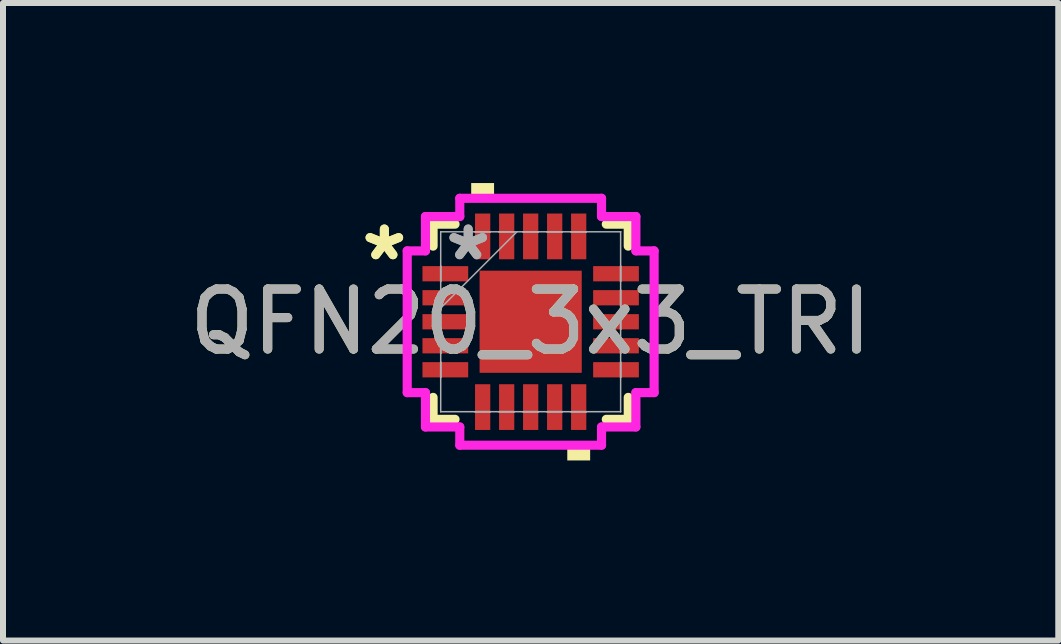
<source format=kicad_pcb>
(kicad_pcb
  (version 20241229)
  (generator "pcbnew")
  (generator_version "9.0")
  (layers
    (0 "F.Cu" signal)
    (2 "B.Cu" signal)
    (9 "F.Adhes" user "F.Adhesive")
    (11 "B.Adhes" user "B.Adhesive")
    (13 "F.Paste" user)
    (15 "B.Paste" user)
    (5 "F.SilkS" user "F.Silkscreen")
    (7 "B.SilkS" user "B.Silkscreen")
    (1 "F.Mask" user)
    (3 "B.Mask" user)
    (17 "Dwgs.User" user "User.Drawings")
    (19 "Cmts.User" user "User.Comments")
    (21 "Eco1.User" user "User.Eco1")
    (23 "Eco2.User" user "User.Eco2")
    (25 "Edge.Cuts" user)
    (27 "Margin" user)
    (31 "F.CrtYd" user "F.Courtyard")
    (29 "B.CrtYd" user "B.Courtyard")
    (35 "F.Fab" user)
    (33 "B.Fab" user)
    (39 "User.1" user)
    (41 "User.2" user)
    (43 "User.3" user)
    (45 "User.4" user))
  (footprint "QFN20_3x3_TRI"
    (layer "F.Cu")
    (at 5.792 2.311)
    (property "Reference" "QFN20_3x3_TRI" (at 0 0 0) (unlocked yes) (layer "F.SilkS") (effects (font (size 1 1) (thickness 0.15))))
    (attr smd)
    (fp_line (start -1.626 -1.626) (end -1.626 -1.26) (stroke (width 0.152) (type solid)) (layer "F.SilkS"))
    (fp_line (start -1.626 1.26) (end -1.626 1.626) (stroke (width 0.152) (type solid)) (layer "F.SilkS"))
    (fp_line (start -1.626 1.626) (end -1.26 1.626) (stroke (width 0.152) (type solid)) (layer "F.SilkS"))
    (fp_line (start -1.26 -1.626) (end -1.626 -1.626) (stroke (width 0.152) (type solid)) (layer "F.SilkS"))
    (fp_line (start 1.26 1.626) (end 1.626 1.626) (stroke (width 0.152) (type solid)) (layer "F.SilkS"))
    (fp_line (start 1.626 -1.626) (end 1.26 -1.626) (stroke (width 0.152) (type solid)) (layer "F.SilkS"))
    (fp_line (start 1.626 -1.26) (end 1.626 -1.626) (stroke (width 0.152) (type solid)) (layer "F.SilkS"))
    (fp_line (start 1.626 1.626) (end 1.626 1.26) (stroke (width 0.152) (type solid)) (layer "F.SilkS"))
    (fp_poly (pts (xy -0.991 -2.057) (xy -0.991 -2.311) (xy -0.61 -2.311) (xy -0.61 -2.057)) (stroke (width 0) (type solid)) (fill yes) (layer "F.SilkS"))
    (fp_poly (pts (xy 0.61 2.057) (xy 0.61 2.311) (xy 0.991 2.311) (xy 0.991 2.057)) (stroke (width 0) (type solid)) (fill yes) (layer "F.SilkS"))
    (fp_line (start -2.057 -1.181) (end -1.753 -1.181) (stroke (width 0.152) (type solid)) (layer "F.CrtYd"))
    (fp_line (start -2.057 1.181) (end -2.057 -1.181) (stroke (width 0.152) (type solid)) (layer "F.CrtYd"))
    (fp_line (start -1.753 -1.753) (end -1.181 -1.753) (stroke (width 0.152) (type solid)) (layer "F.CrtYd"))
    (fp_line (start -1.753 -1.181) (end -1.753 -1.753) (stroke (width 0.152) (type solid)) (layer "F.CrtYd"))
    (fp_line (start -1.753 1.181) (end -2.057 1.181) (stroke (width 0.152) (type solid)) (layer "F.CrtYd"))
    (fp_line (start -1.753 1.753) (end -1.753 1.181) (stroke (width 0.152) (type solid)) (layer "F.CrtYd"))
    (fp_line (start -1.181 -2.057) (end 1.181 -2.057) (stroke (width 0.152) (type solid)) (layer "F.CrtYd"))
    (fp_line (start -1.181 -1.753) (end -1.181 -2.057) (stroke (width 0.152) (type solid)) (layer "F.CrtYd"))
    (fp_line (start -1.181 1.753) (end -1.753 1.753) (stroke (width 0.152) (type solid)) (layer "F.CrtYd"))
    (fp_line (start -1.181 2.057) (end -1.181 1.753) (stroke (width 0.152) (type solid)) (layer "F.CrtYd"))
    (fp_line (start 1.181 -2.057) (end 1.181 -1.753) (stroke (width 0.152) (type solid)) (layer "F.CrtYd"))
    (fp_line (start 1.181 -1.753) (end 1.753 -1.753) (stroke (width 0.152) (type solid)) (layer "F.CrtYd"))
    (fp_line (start 1.181 1.753) (end 1.181 2.057) (stroke (width 0.152) (type solid)) (layer "F.CrtYd"))
    (fp_line (start 1.181 2.057) (end -1.181 2.057) (stroke (width 0.152) (type solid)) (layer "F.CrtYd"))
    (fp_line (start 1.753 -1.753) (end 1.753 -1.181) (stroke (width 0.152) (type solid)) (layer "F.CrtYd"))
    (fp_line (start 1.753 -1.181) (end 2.057 -1.181) (stroke (width 0.152) (type solid)) (layer "F.CrtYd"))
    (fp_line (start 1.753 1.181) (end 1.753 1.753) (stroke (width 0.152) (type solid)) (layer "F.CrtYd"))
    (fp_line (start 1.753 1.753) (end 1.181 1.753) (stroke (width 0.152) (type solid)) (layer "F.CrtYd"))
    (fp_line (start 2.057 -1.181) (end 2.057 1.181) (stroke (width 0.152) (type solid)) (layer "F.CrtYd"))
    (fp_line (start 2.057 1.181) (end 1.753 1.181) (stroke (width 0.152) (type solid)) (layer "F.CrtYd"))
    (fp_line (start -1.499 -1.499) (end -1.499 -1.499) (stroke (width 0.025) (type solid)) (layer "F.Fab"))
    (fp_line (start -1.499 -1.499) (end -1.499 1.499) (stroke (width 0.025) (type solid)) (layer "F.Fab"))
    (fp_line (start -1.499 -0.927) (end -1.499 -0.927) (stroke (width 0.025) (type solid)) (layer "F.Fab"))
    (fp_line (start -1.499 -0.927) (end -1.499 -0.673) (stroke (width 0.025) (type solid)) (layer "F.Fab"))
    (fp_line (start -1.499 -0.673) (end -1.499 -0.927) (stroke (width 0.025) (type solid)) (layer "F.Fab"))
    (fp_line (start -1.499 -0.673) (end -1.499 -0.673) (stroke (width 0.025) (type solid)) (layer "F.Fab"))
    (fp_line (start -1.499 -0.527) (end -1.499 -0.527) (stroke (width 0.025) (type solid)) (layer "F.Fab"))
    (fp_line (start -1.499 -0.527) (end -1.499 -0.273) (stroke (width 0.025) (type solid)) (layer "F.Fab"))
    (fp_line (start -1.499 -0.273) (end -1.499 -0.527) (stroke (width 0.025) (type solid)) (layer "F.Fab"))
    (fp_line (start -1.499 -0.273) (end -1.499 -0.273) (stroke (width 0.025) (type solid)) (layer "F.Fab"))
    (fp_line (start -1.499 -0.229) (end -0.229 -1.499) (stroke (width 0.025) (type solid)) (layer "F.Fab"))
    (fp_line (start -1.499 -0.127) (end -1.499 -0.127) (stroke (width 0.025) (type solid)) (layer "F.Fab"))
    (fp_line (start -1.499 -0.127) (end -1.499 0.127) (stroke (width 0.025) (type solid)) (layer "F.Fab"))
    (fp_line (start -1.499 0.127) (end -1.499 -0.127) (stroke (width 0.025) (type solid)) (layer "F.Fab"))
    (fp_line (start -1.499 0.127) (end -1.499 0.127) (stroke (width 0.025) (type solid)) (layer "F.Fab"))
    (fp_line (start -1.499 0.273) (end -1.499 0.273) (stroke (width 0.025) (type solid)) (layer "F.Fab"))
    (fp_line (start -1.499 0.273) (end -1.499 0.527) (stroke (width 0.025) (type solid)) (layer "F.Fab"))
    (fp_line (start -1.499 0.527) (end -1.499 0.273) (stroke (width 0.025) (type solid)) (layer "F.Fab"))
    (fp_line (start -1.499 0.527) (end -1.499 0.527) (stroke (width 0.025) (type solid)) (layer "F.Fab"))
    (fp_line (start -1.499 0.673) (end -1.499 0.673) (stroke (width 0.025) (type solid)) (layer "F.Fab"))
    (fp_line (start -1.499 0.673) (end -1.499 0.927) (stroke (width 0.025) (type solid)) (layer "F.Fab"))
    (fp_line (start -1.499 0.927) (end -1.499 0.673) (stroke (width 0.025) (type solid)) (layer "F.Fab"))
    (fp_line (start -1.499 0.927) (end -1.499 0.927) (stroke (width 0.025) (type solid)) (layer "F.Fab"))
    (fp_line (start -1.499 1.499) (end -1.499 1.499) (stroke (width 0.025) (type solid)) (layer "F.Fab"))
    (fp_line (start -1.499 1.499) (end 1.499 1.499) (stroke (width 0.025) (type solid)) (layer "F.Fab"))
    (fp_line (start -0.927 -1.499) (end -0.927 -1.499) (stroke (width 0.025) (type solid)) (layer "F.Fab"))
    (fp_line (start -0.927 -1.499) (end -0.673 -1.499) (stroke (width 0.025) (type solid)) (layer "F.Fab"))
    (fp_line (start -0.927 1.499) (end -0.927 1.499) (stroke (width 0.025) (type solid)) (layer "F.Fab"))
    (fp_line (start -0.927 1.499) (end -0.673 1.499) (stroke (width 0.025) (type solid)) (layer "F.Fab"))
    (fp_line (start -0.673 -1.499) (end -0.927 -1.499) (stroke (width 0.025) (type solid)) (layer "F.Fab"))
    (fp_line (start -0.673 -1.499) (end -0.673 -1.499) (stroke (width 0.025) (type solid)) (layer "F.Fab"))
    (fp_line (start -0.673 1.499) (end -0.927 1.499) (stroke (width 0.025) (type solid)) (layer "F.Fab"))
    (fp_line (start -0.673 1.499) (end -0.673 1.499) (stroke (width 0.025) (type solid)) (layer "F.Fab"))
    (fp_line (start -0.527 -1.499) (end -0.527 -1.499) (stroke (width 0.025) (type solid)) (layer "F.Fab"))
    (fp_line (start -0.527 -1.499) (end -0.273 -1.499) (stroke (width 0.025) (type solid)) (layer "F.Fab"))
    (fp_line (start -0.527 1.499) (end -0.527 1.499) (stroke (width 0.025) (type solid)) (layer "F.Fab"))
    (fp_line (start -0.527 1.499) (end -0.273 1.499) (stroke (width 0.025) (type solid)) (layer "F.Fab"))
    (fp_line (start -0.273 -1.499) (end -0.527 -1.499) (stroke (width 0.025) (type solid)) (layer "F.Fab"))
    (fp_line (start -0.273 -1.499) (end -0.273 -1.499) (stroke (width 0.025) (type solid)) (layer "F.Fab"))
    (fp_line (start -0.273 1.499) (end -0.527 1.499) (stroke (width 0.025) (type solid)) (layer "F.Fab"))
    (fp_line (start -0.273 1.499) (end -0.273 1.499) (stroke (width 0.025) (type solid)) (layer "F.Fab"))
    (fp_line (start -0.127 -1.499) (end -0.127 -1.499) (stroke (width 0.025) (type solid)) (layer "F.Fab"))
    (fp_line (start -0.127 -1.499) (end 0.127 -1.499) (stroke (width 0.025) (type solid)) (layer "F.Fab"))
    (fp_line (start -0.127 1.499) (end -0.127 1.499) (stroke (width 0.025) (type solid)) (layer "F.Fab"))
    (fp_line (start -0.127 1.499) (end 0.127 1.499) (stroke (width 0.025) (type solid)) (layer "F.Fab"))
    (fp_line (start 0.127 -1.499) (end -0.127 -1.499) (stroke (width 0.025) (type solid)) (layer "F.Fab"))
    (fp_line (start 0.127 -1.499) (end 0.127 -1.499) (stroke (width 0.025) (type solid)) (layer "F.Fab"))
    (fp_line (start 0.127 1.499) (end -0.127 1.499) (stroke (width 0.025) (type solid)) (layer "F.Fab"))
    (fp_line (start 0.127 1.499) (end 0.127 1.499) (stroke (width 0.025) (type solid)) (layer "F.Fab"))
    (fp_line (start 0.273 -1.499) (end 0.273 -1.499) (stroke (width 0.025) (type solid)) (layer "F.Fab"))
    (fp_line (start 0.273 -1.499) (end 0.527 -1.499) (stroke (width 0.025) (type solid)) (layer "F.Fab"))
    (fp_line (start 0.273 1.499) (end 0.273 1.499) (stroke (width 0.025) (type solid)) (layer "F.Fab"))
    (fp_line (start 0.273 1.499) (end 0.527 1.499) (stroke (width 0.025) (type solid)) (layer "F.Fab"))
    (fp_line (start 0.527 -1.499) (end 0.273 -1.499) (stroke (width 0.025) (type solid)) (layer "F.Fab"))
    (fp_line (start 0.527 -1.499) (end 0.527 -1.499) (stroke (width 0.025) (type solid)) (layer "F.Fab"))
    (fp_line (start 0.527 1.499) (end 0.273 1.499) (stroke (width 0.025) (type solid)) (layer "F.Fab"))
    (fp_line (start 0.527 1.499) (end 0.527 1.499) (stroke (width 0.025) (type solid)) (layer "F.Fab"))
    (fp_line (start 0.673 -1.499) (end 0.673 -1.499) (stroke (width 0.025) (type solid)) (layer "F.Fab"))
    (fp_line (start 0.673 -1.499) (end 0.927 -1.499) (stroke (width 0.025) (type solid)) (layer "F.Fab"))
    (fp_line (start 0.673 1.499) (end 0.673 1.499) (stroke (width 0.025) (type solid)) (layer "F.Fab"))
    (fp_line (start 0.673 1.499) (end 0.927 1.499) (stroke (width 0.025) (type solid)) (layer "F.Fab"))
    (fp_line (start 0.927 -1.499) (end 0.673 -1.499) (stroke (width 0.025) (type solid)) (layer "F.Fab"))
    (fp_line (start 0.927 -1.499) (end 0.927 -1.499) (stroke (width 0.025) (type solid)) (layer "F.Fab"))
    (fp_line (start 0.927 1.499) (end 0.673 1.499) (stroke (width 0.025) (type solid)) (layer "F.Fab"))
    (fp_line (start 0.927 1.499) (end 0.927 1.499) (stroke (width 0.025) (type solid)) (layer "F.Fab"))
    (fp_line (start 1.499 -1.499) (end -1.499 -1.499) (stroke (width 0.025) (type solid)) (layer "F.Fab"))
    (fp_line (start 1.499 -1.499) (end 1.499 -1.499) (stroke (width 0.025) (type solid)) (layer "F.Fab"))
    (fp_line (start 1.499 -0.927) (end 1.499 -0.927) (stroke (width 0.025) (type solid)) (layer "F.Fab"))
    (fp_line (start 1.499 -0.927) (end 1.499 -0.673) (stroke (width 0.025) (type solid)) (layer "F.Fab"))
    (fp_line (start 1.499 -0.673) (end 1.499 -0.927) (stroke (width 0.025) (type solid)) (layer "F.Fab"))
    (fp_line (start 1.499 -0.673) (end 1.499 -0.673) (stroke (width 0.025) (type solid)) (layer "F.Fab"))
    (fp_line (start 1.499 -0.527) (end 1.499 -0.527) (stroke (width 0.025) (type solid)) (layer "F.Fab"))
    (fp_line (start 1.499 -0.527) (end 1.499 -0.273) (stroke (width 0.025) (type solid)) (layer "F.Fab"))
    (fp_line (start 1.499 -0.273) (end 1.499 -0.527) (stroke (width 0.025) (type solid)) (layer "F.Fab"))
    (fp_line (start 1.499 -0.273) (end 1.499 -0.273) (stroke (width 0.025) (type solid)) (layer "F.Fab"))
    (fp_line (start 1.499 -0.127) (end 1.499 -0.127) (stroke (width 0.025) (type solid)) (layer "F.Fab"))
    (fp_line (start 1.499 -0.127) (end 1.499 0.127) (stroke (width 0.025) (type solid)) (layer "F.Fab"))
    (fp_line (start 1.499 0.127) (end 1.499 -0.127) (stroke (width 0.025) (type solid)) (layer "F.Fab"))
    (fp_line (start 1.499 0.127) (end 1.499 0.127) (stroke (width 0.025) (type solid)) (layer "F.Fab"))
    (fp_line (start 1.499 0.273) (end 1.499 0.273) (stroke (width 0.025) (type solid)) (layer "F.Fab"))
    (fp_line (start 1.499 0.273) (end 1.499 0.527) (stroke (width 0.025) (type solid)) (layer "F.Fab"))
    (fp_line (start 1.499 0.527) (end 1.499 0.273) (stroke (width 0.025) (type solid)) (layer "F.Fab"))
    (fp_line (start 1.499 0.527) (end 1.499 0.527) (stroke (width 0.025) (type solid)) (layer "F.Fab"))
    (fp_line (start 1.499 0.673) (end 1.499 0.673) (stroke (width 0.025) (type solid)) (layer "F.Fab"))
    (fp_line (start 1.499 0.673) (end 1.499 0.927) (stroke (width 0.025) (type solid)) (layer "F.Fab"))
    (fp_line (start 1.499 0.927) (end 1.499 0.673) (stroke (width 0.025) (type solid)) (layer "F.Fab"))
    (fp_line (start 1.499 0.927) (end 1.499 0.927) (stroke (width 0.025) (type solid)) (layer "F.Fab"))
    (fp_line (start 1.499 1.499) (end 1.499 -1.499) (stroke (width 0.025) (type solid)) (layer "F.Fab"))
    (fp_line (start 1.499 1.499) (end 1.499 1.499) (stroke (width 0.025) (type solid)) (layer "F.Fab"))
    (fp_text user "*" (at -2.438 -1 0) (layer "F.SilkS") (effects (font (size 1 1) (thickness 0.15))))
    (fp_text user "*" (at -2.438 -1 0) (unlocked yes) (layer "F.SilkS") (effects (font (size 1 1) (thickness 0.15))))
    (fp_text user "${REFERENCE}" (at 0 0 0) (unlocked yes) (layer "F.Fab") (effects (font (size 1 1) (thickness 0.15))))
    (fp_text user "*" (at -1.041 -1 0) (unlocked yes) (layer "F.Fab") (effects (font (size 1 1) (thickness 0.15))))
    (fp_text user "*" (at -1.041 -1 0) (layer "F.Fab") (effects (font (size 1 1) (thickness 0.15))))
    (pad "1" smd rect (at -1.422 -0.8 90) (size 0.254 0.762) (layers "F.Cu" "F.Mask" "F.Paste"))
    (pad "2" smd rect (at -1.422 -0.4 90) (size 0.254 0.762) (layers "F.Cu" "F.Mask" "F.Paste"))
    (pad "3" smd rect (at -1.422 0 90) (size 0.254 0.762) (layers "F.Cu" "F.Mask" "F.Paste"))
    (pad "4" smd rect (at -1.422 0.4 90) (size 0.254 0.762) (layers "F.Cu" "F.Mask" "F.Paste"))
    (pad "5" smd rect (at -1.422 0.8 90) (size 0.254 0.762) (layers "F.Cu" "F.Mask" "F.Paste"))
    (pad "6" smd rect (at -0.8 1.422) (size 0.254 0.762) (layers "F.Cu" "F.Mask" "F.Paste"))
    (pad "7" smd rect (at -0.4 1.422) (size 0.254 0.762) (layers "F.Cu" "F.Mask" "F.Paste"))
    (pad "8" smd rect (at 0 1.422) (size 0.254 0.762) (layers "F.Cu" "F.Mask" "F.Paste"))
    (pad "9" smd rect (at 0.4 1.422) (size 0.254 0.762) (layers "F.Cu" "F.Mask" "F.Paste"))
    (pad "10" smd rect (at 0.8 1.422) (size 0.254 0.762) (layers "F.Cu" "F.Mask" "F.Paste"))
    (pad "11" smd rect (at 1.422 0.8 90) (size 0.254 0.762) (layers "F.Cu" "F.Mask" "F.Paste"))
    (pad "12" smd rect (at 1.422 0.4 90) (size 0.254 0.762) (layers "F.Cu" "F.Mask" "F.Paste"))
    (pad "13" smd rect (at 1.422 0 90) (size 0.254 0.762) (layers "F.Cu" "F.Mask" "F.Paste"))
    (pad "14" smd rect (at 1.422 -0.4 90) (size 0.254 0.762) (layers "F.Cu" "F.Mask" "F.Paste"))
    (pad "15" smd rect (at 1.422 -0.8 90) (size 0.254 0.762) (layers "F.Cu" "F.Mask" "F.Paste"))
    (pad "16" smd rect (at 0.8 -1.422) (size 0.254 0.762) (layers "F.Cu" "F.Mask" "F.Paste"))
    (pad "17" smd rect (at 0.4 -1.422) (size 0.254 0.762) (layers "F.Cu" "F.Mask" "F.Paste"))
    (pad "18" smd rect (at 0 -1.422) (size 0.254 0.762) (layers "F.Cu" "F.Mask" "F.Paste"))
    (pad "19" smd rect (at -0.4 -1.422) (size 0.254 0.762) (layers "F.Cu" "F.Mask" "F.Paste"))
    (pad "20" smd rect (at -0.8 -1.422) (size 0.254 0.762) (layers "F.Cu" "F.Mask" "F.Paste"))
    (pad "21" smd rect (at 0 0) (size 1.702 1.702) (layers "F.Cu" "F.Mask" "F.Paste")))
  (gr_rect
    (start -3 -3)
    (end 14.583 7.623)
    (stroke (width 0.1) (type default))
    (fill no)
    (layer "Edge.Cuts")))
</source>
